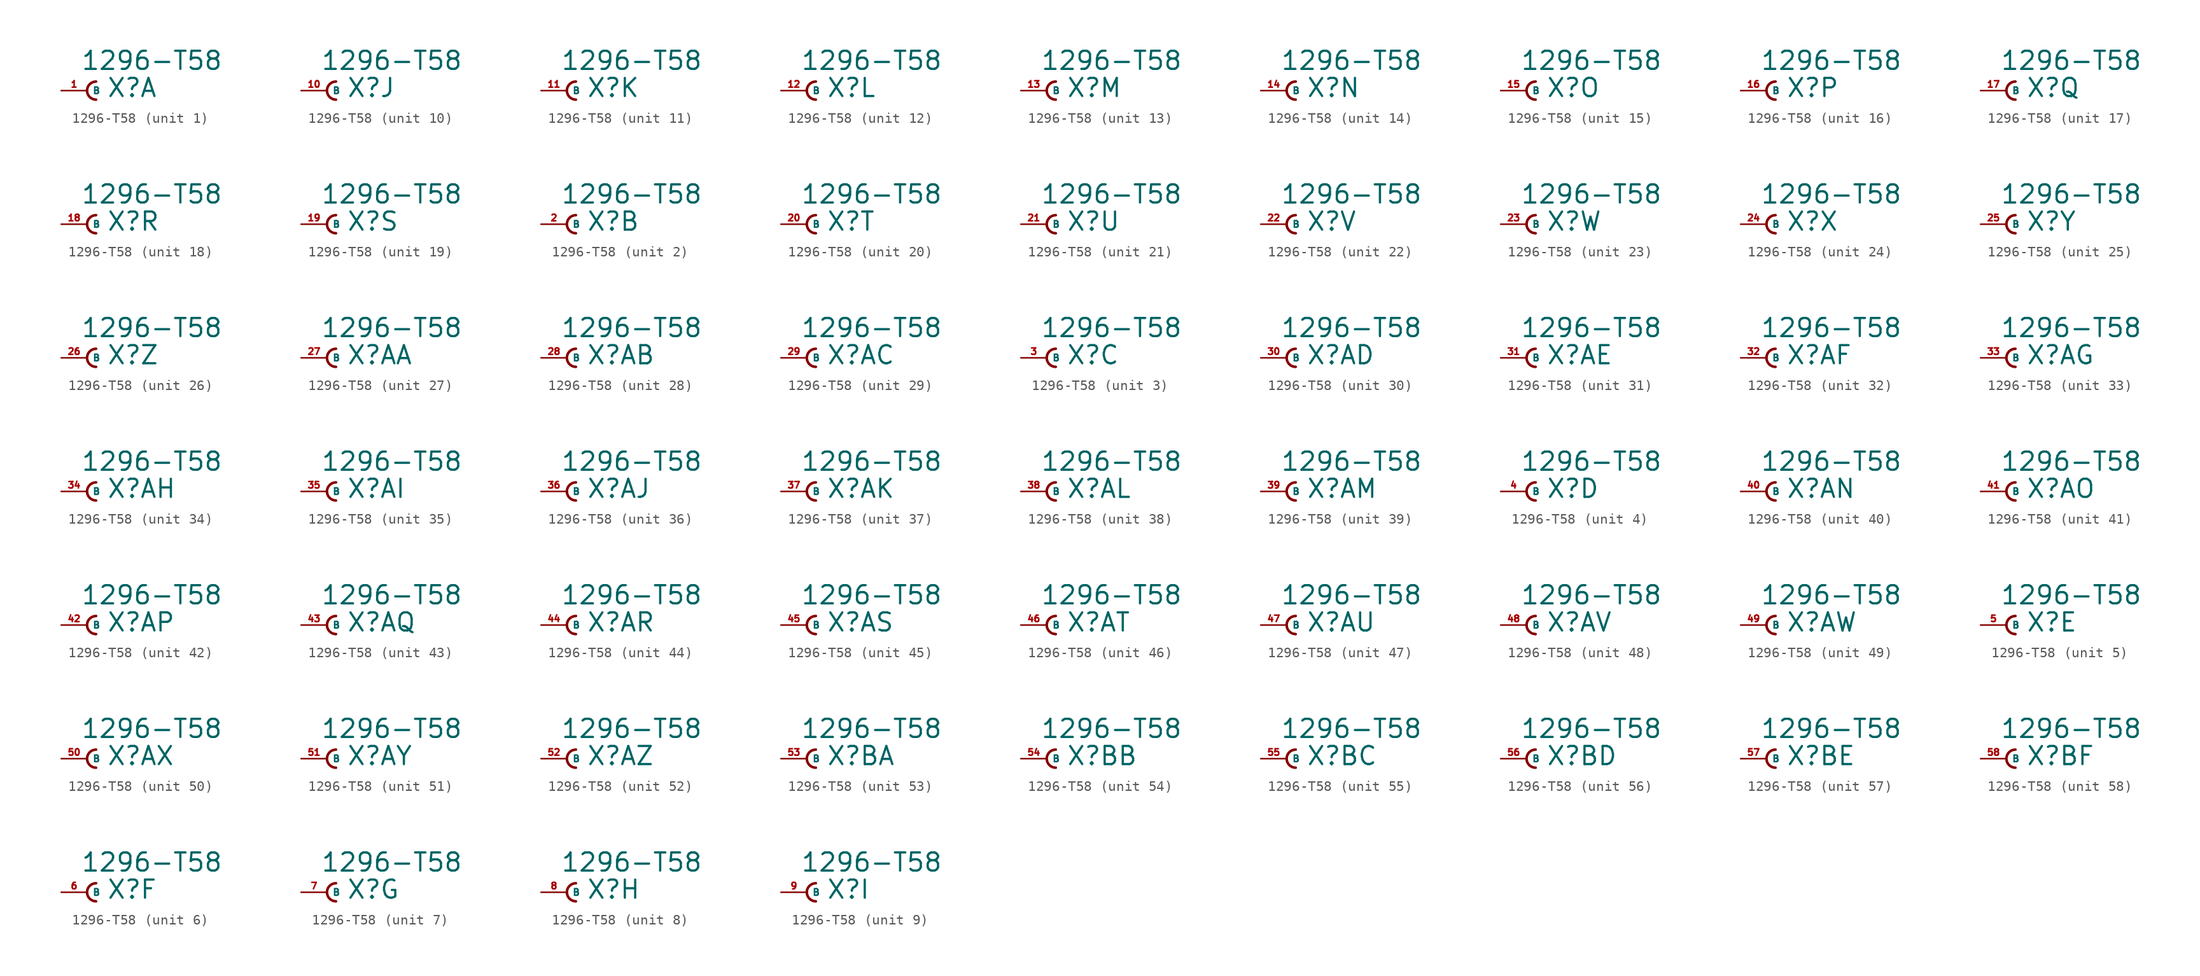
<source format=kicad_sym>
(kicad_symbol_lib
  (version 20220914)
  (generator Eagle2Kicad)
  (symbol "1296-T58"
    (property "Reference" "X"
      (at 1.905 -0.762 0)
      (effects (font (size 1.778 1.778) (thickness 0.22)) (justify left bottom)))
    (property "Value" "1296-T58"
      (at -0.635 1.905 0)
      (effects (font (size 1.778 1.778) (thickness 0.22)) (justify left bottom)))
    (symbol "1296-T58_1_0"
      (arc (start 0.889 0.889) (mid 0.000 0.000) (end 0.889 -0.889) (stroke (width 0.254) (type default)) (fill (type none)))
      (pin passive line (at -2.54 0 0) (length 2.54) (name "B" (effects (font (size 0.635 0.635) (thickness 0.08)) (justify left bottom))) (number "1" (effects (font (size 0.635 0.635) (thickness 0.08)) (justify left bottom)))))
    (symbol "1296-T58_2_0"
      (arc (start 0.889 0.889) (mid 0.000 0.000) (end 0.889 -0.889) (stroke (width 0.254) (type default)) (fill (type none)))
      (pin passive line (at -2.54 0 0) (length 2.54) (name "B" (effects (font (size 0.635 0.635) (thickness 0.08)) (justify left bottom))) (number "2" (effects (font (size 0.635 0.635) (thickness 0.08)) (justify left bottom)))))
    (symbol "1296-T58_3_0"
      (arc (start 0.889 0.889) (mid 0.000 0.000) (end 0.889 -0.889) (stroke (width 0.254) (type default)) (fill (type none)))
      (pin passive line (at -2.54 0 0) (length 2.54) (name "B" (effects (font (size 0.635 0.635) (thickness 0.08)) (justify left bottom))) (number "3" (effects (font (size 0.635 0.635) (thickness 0.08)) (justify left bottom)))))
    (symbol "1296-T58_4_0"
      (arc (start 0.889 0.889) (mid 0.000 0.000) (end 0.889 -0.889) (stroke (width 0.254) (type default)) (fill (type none)))
      (pin passive line (at -2.54 0 0) (length 2.54) (name "B" (effects (font (size 0.635 0.635) (thickness 0.08)) (justify left bottom))) (number "4" (effects (font (size 0.635 0.635) (thickness 0.08)) (justify left bottom)))))
    (symbol "1296-T58_5_0"
      (arc (start 0.889 0.889) (mid 0.000 0.000) (end 0.889 -0.889) (stroke (width 0.254) (type default)) (fill (type none)))
      (pin passive line (at -2.54 0 0) (length 2.54) (name "B" (effects (font (size 0.635 0.635) (thickness 0.08)) (justify left bottom))) (number "5" (effects (font (size 0.635 0.635) (thickness 0.08)) (justify left bottom)))))
    (symbol "1296-T58_6_0"
      (arc (start 0.889 0.889) (mid 0.000 0.000) (end 0.889 -0.889) (stroke (width 0.254) (type default)) (fill (type none)))
      (pin passive line (at -2.54 0 0) (length 2.54) (name "B" (effects (font (size 0.635 0.635) (thickness 0.08)) (justify left bottom))) (number "6" (effects (font (size 0.635 0.635) (thickness 0.08)) (justify left bottom)))))
    (symbol "1296-T58_7_0"
      (arc (start 0.889 0.889) (mid 0.000 0.000) (end 0.889 -0.889) (stroke (width 0.254) (type default)) (fill (type none)))
      (pin passive line (at -2.54 0 0) (length 2.54) (name "B" (effects (font (size 0.635 0.635) (thickness 0.08)) (justify left bottom))) (number "7" (effects (font (size 0.635 0.635) (thickness 0.08)) (justify left bottom)))))
    (symbol "1296-T58_8_0"
      (arc (start 0.889 0.889) (mid 0.000 0.000) (end 0.889 -0.889) (stroke (width 0.254) (type default)) (fill (type none)))
      (pin passive line (at -2.54 0 0) (length 2.54) (name "B" (effects (font (size 0.635 0.635) (thickness 0.08)) (justify left bottom))) (number "8" (effects (font (size 0.635 0.635) (thickness 0.08)) (justify left bottom)))))
    (symbol "1296-T58_9_0"
      (arc (start 0.889 0.889) (mid 0.000 0.000) (end 0.889 -0.889) (stroke (width 0.254) (type default)) (fill (type none)))
      (pin passive line (at -2.54 0 0) (length 2.54) (name "B" (effects (font (size 0.635 0.635) (thickness 0.08)) (justify left bottom))) (number "9" (effects (font (size 0.635 0.635) (thickness 0.08)) (justify left bottom)))))
    (symbol "1296-T58_10_0"
      (arc (start 0.889 0.889) (mid 0.000 0.000) (end 0.889 -0.889) (stroke (width 0.254) (type default)) (fill (type none)))
      (pin passive line (at -2.54 0 0) (length 2.54) (name "B" (effects (font (size 0.635 0.635) (thickness 0.08)) (justify left bottom))) (number "10" (effects (font (size 0.635 0.635) (thickness 0.08)) (justify left bottom)))))
    (symbol "1296-T58_11_0"
      (arc (start 0.889 0.889) (mid 0.000 0.000) (end 0.889 -0.889) (stroke (width 0.254) (type default)) (fill (type none)))
      (pin passive line (at -2.54 0 0) (length 2.54) (name "B" (effects (font (size 0.635 0.635) (thickness 0.08)) (justify left bottom))) (number "11" (effects (font (size 0.635 0.635) (thickness 0.08)) (justify left bottom)))))
    (symbol "1296-T58_12_0"
      (arc (start 0.889 0.889) (mid 0.000 0.000) (end 0.889 -0.889) (stroke (width 0.254) (type default)) (fill (type none)))
      (pin passive line (at -2.54 0 0) (length 2.54) (name "B" (effects (font (size 0.635 0.635) (thickness 0.08)) (justify left bottom))) (number "12" (effects (font (size 0.635 0.635) (thickness 0.08)) (justify left bottom)))))
    (symbol "1296-T58_13_0"
      (arc (start 0.889 0.889) (mid 0.000 0.000) (end 0.889 -0.889) (stroke (width 0.254) (type default)) (fill (type none)))
      (pin passive line (at -2.54 0 0) (length 2.54) (name "B" (effects (font (size 0.635 0.635) (thickness 0.08)) (justify left bottom))) (number "13" (effects (font (size 0.635 0.635) (thickness 0.08)) (justify left bottom)))))
    (symbol "1296-T58_14_0"
      (arc (start 0.889 0.889) (mid 0.000 0.000) (end 0.889 -0.889) (stroke (width 0.254) (type default)) (fill (type none)))
      (pin passive line (at -2.54 0 0) (length 2.54) (name "B" (effects (font (size 0.635 0.635) (thickness 0.08)) (justify left bottom))) (number "14" (effects (font (size 0.635 0.635) (thickness 0.08)) (justify left bottom)))))
    (symbol "1296-T58_15_0"
      (arc (start 0.889 0.889) (mid 0.000 0.000) (end 0.889 -0.889) (stroke (width 0.254) (type default)) (fill (type none)))
      (pin passive line (at -2.54 0 0) (length 2.54) (name "B" (effects (font (size 0.635 0.635) (thickness 0.08)) (justify left bottom))) (number "15" (effects (font (size 0.635 0.635) (thickness 0.08)) (justify left bottom)))))
    (symbol "1296-T58_16_0"
      (arc (start 0.889 0.889) (mid 0.000 0.000) (end 0.889 -0.889) (stroke (width 0.254) (type default)) (fill (type none)))
      (pin passive line (at -2.54 0 0) (length 2.54) (name "B" (effects (font (size 0.635 0.635) (thickness 0.08)) (justify left bottom))) (number "16" (effects (font (size 0.635 0.635) (thickness 0.08)) (justify left bottom)))))
    (symbol "1296-T58_17_0"
      (arc (start 0.889 0.889) (mid 0.000 0.000) (end 0.889 -0.889) (stroke (width 0.254) (type default)) (fill (type none)))
      (pin passive line (at -2.54 0 0) (length 2.54) (name "B" (effects (font (size 0.635 0.635) (thickness 0.08)) (justify left bottom))) (number "17" (effects (font (size 0.635 0.635) (thickness 0.08)) (justify left bottom)))))
    (symbol "1296-T58_18_0"
      (arc (start 0.889 0.889) (mid 0.000 0.000) (end 0.889 -0.889) (stroke (width 0.254) (type default)) (fill (type none)))
      (pin passive line (at -2.54 0 0) (length 2.54) (name "B" (effects (font (size 0.635 0.635) (thickness 0.08)) (justify left bottom))) (number "18" (effects (font (size 0.635 0.635) (thickness 0.08)) (justify left bottom)))))
    (symbol "1296-T58_19_0"
      (arc (start 0.889 0.889) (mid 0.000 0.000) (end 0.889 -0.889) (stroke (width 0.254) (type default)) (fill (type none)))
      (pin passive line (at -2.54 0 0) (length 2.54) (name "B" (effects (font (size 0.635 0.635) (thickness 0.08)) (justify left bottom))) (number "19" (effects (font (size 0.635 0.635) (thickness 0.08)) (justify left bottom)))))
    (symbol "1296-T58_20_0"
      (arc (start 0.889 0.889) (mid 0.000 0.000) (end 0.889 -0.889) (stroke (width 0.254) (type default)) (fill (type none)))
      (pin passive line (at -2.54 0 0) (length 2.54) (name "B" (effects (font (size 0.635 0.635) (thickness 0.08)) (justify left bottom))) (number "20" (effects (font (size 0.635 0.635) (thickness 0.08)) (justify left bottom)))))
    (symbol "1296-T58_21_0"
      (arc (start 0.889 0.889) (mid 0.000 0.000) (end 0.889 -0.889) (stroke (width 0.254) (type default)) (fill (type none)))
      (pin passive line (at -2.54 0 0) (length 2.54) (name "B" (effects (font (size 0.635 0.635) (thickness 0.08)) (justify left bottom))) (number "21" (effects (font (size 0.635 0.635) (thickness 0.08)) (justify left bottom)))))
    (symbol "1296-T58_22_0"
      (arc (start 0.889 0.889) (mid 0.000 0.000) (end 0.889 -0.889) (stroke (width 0.254) (type default)) (fill (type none)))
      (pin passive line (at -2.54 0 0) (length 2.54) (name "B" (effects (font (size 0.635 0.635) (thickness 0.08)) (justify left bottom))) (number "22" (effects (font (size 0.635 0.635) (thickness 0.08)) (justify left bottom)))))
    (symbol "1296-T58_23_0"
      (arc (start 0.889 0.889) (mid 0.000 0.000) (end 0.889 -0.889) (stroke (width 0.254) (type default)) (fill (type none)))
      (pin passive line (at -2.54 0 0) (length 2.54) (name "B" (effects (font (size 0.635 0.635) (thickness 0.08)) (justify left bottom))) (number "23" (effects (font (size 0.635 0.635) (thickness 0.08)) (justify left bottom)))))
    (symbol "1296-T58_24_0"
      (arc (start 0.889 0.889) (mid 0.000 0.000) (end 0.889 -0.889) (stroke (width 0.254) (type default)) (fill (type none)))
      (pin passive line (at -2.54 0 0) (length 2.54) (name "B" (effects (font (size 0.635 0.635) (thickness 0.08)) (justify left bottom))) (number "24" (effects (font (size 0.635 0.635) (thickness 0.08)) (justify left bottom)))))
    (symbol "1296-T58_25_0"
      (arc (start 0.889 0.889) (mid 0.000 0.000) (end 0.889 -0.889) (stroke (width 0.254) (type default)) (fill (type none)))
      (pin passive line (at -2.54 0 0) (length 2.54) (name "B" (effects (font (size 0.635 0.635) (thickness 0.08)) (justify left bottom))) (number "25" (effects (font (size 0.635 0.635) (thickness 0.08)) (justify left bottom)))))
    (symbol "1296-T58_26_0"
      (arc (start 0.889 0.889) (mid 0.000 0.000) (end 0.889 -0.889) (stroke (width 0.254) (type default)) (fill (type none)))
      (pin passive line (at -2.54 0 0) (length 2.54) (name "B" (effects (font (size 0.635 0.635) (thickness 0.08)) (justify left bottom))) (number "26" (effects (font (size 0.635 0.635) (thickness 0.08)) (justify left bottom)))))
    (symbol "1296-T58_27_0"
      (arc (start 0.889 0.889) (mid 0.000 0.000) (end 0.889 -0.889) (stroke (width 0.254) (type default)) (fill (type none)))
      (pin passive line (at -2.54 0 0) (length 2.54) (name "B" (effects (font (size 0.635 0.635) (thickness 0.08)) (justify left bottom))) (number "27" (effects (font (size 0.635 0.635) (thickness 0.08)) (justify left bottom)))))
    (symbol "1296-T58_28_0"
      (arc (start 0.889 0.889) (mid 0.000 0.000) (end 0.889 -0.889) (stroke (width 0.254) (type default)) (fill (type none)))
      (pin passive line (at -2.54 0 0) (length 2.54) (name "B" (effects (font (size 0.635 0.635) (thickness 0.08)) (justify left bottom))) (number "28" (effects (font (size 0.635 0.635) (thickness 0.08)) (justify left bottom)))))
    (symbol "1296-T58_29_0"
      (arc (start 0.889 0.889) (mid 0.000 0.000) (end 0.889 -0.889) (stroke (width 0.254) (type default)) (fill (type none)))
      (pin passive line (at -2.54 0 0) (length 2.54) (name "B" (effects (font (size 0.635 0.635) (thickness 0.08)) (justify left bottom))) (number "29" (effects (font (size 0.635 0.635) (thickness 0.08)) (justify left bottom)))))
    (symbol "1296-T58_30_0"
      (arc (start 0.889 0.889) (mid 0.000 0.000) (end 0.889 -0.889) (stroke (width 0.254) (type default)) (fill (type none)))
      (pin passive line (at -2.54 0 0) (length 2.54) (name "B" (effects (font (size 0.635 0.635) (thickness 0.08)) (justify left bottom))) (number "30" (effects (font (size 0.635 0.635) (thickness 0.08)) (justify left bottom)))))
    (symbol "1296-T58_31_0"
      (arc (start 0.889 0.889) (mid 0.000 0.000) (end 0.889 -0.889) (stroke (width 0.254) (type default)) (fill (type none)))
      (pin passive line (at -2.54 0 0) (length 2.54) (name "B" (effects (font (size 0.635 0.635) (thickness 0.08)) (justify left bottom))) (number "31" (effects (font (size 0.635 0.635) (thickness 0.08)) (justify left bottom)))))
    (symbol "1296-T58_32_0"
      (arc (start 0.889 0.889) (mid 0.000 0.000) (end 0.889 -0.889) (stroke (width 0.254) (type default)) (fill (type none)))
      (pin passive line (at -2.54 0 0) (length 2.54) (name "B" (effects (font (size 0.635 0.635) (thickness 0.08)) (justify left bottom))) (number "32" (effects (font (size 0.635 0.635) (thickness 0.08)) (justify left bottom)))))
    (symbol "1296-T58_33_0"
      (arc (start 0.889 0.889) (mid 0.000 0.000) (end 0.889 -0.889) (stroke (width 0.254) (type default)) (fill (type none)))
      (pin passive line (at -2.54 0 0) (length 2.54) (name "B" (effects (font (size 0.635 0.635) (thickness 0.08)) (justify left bottom))) (number "33" (effects (font (size 0.635 0.635) (thickness 0.08)) (justify left bottom)))))
    (symbol "1296-T58_34_0"
      (arc (start 0.889 0.889) (mid 0.000 0.000) (end 0.889 -0.889) (stroke (width 0.254) (type default)) (fill (type none)))
      (pin passive line (at -2.54 0 0) (length 2.54) (name "B" (effects (font (size 0.635 0.635) (thickness 0.08)) (justify left bottom))) (number "34" (effects (font (size 0.635 0.635) (thickness 0.08)) (justify left bottom)))))
    (symbol "1296-T58_35_0"
      (arc (start 0.889 0.889) (mid 0.000 0.000) (end 0.889 -0.889) (stroke (width 0.254) (type default)) (fill (type none)))
      (pin passive line (at -2.54 0 0) (length 2.54) (name "B" (effects (font (size 0.635 0.635) (thickness 0.08)) (justify left bottom))) (number "35" (effects (font (size 0.635 0.635) (thickness 0.08)) (justify left bottom)))))
    (symbol "1296-T58_36_0"
      (arc (start 0.889 0.889) (mid 0.000 0.000) (end 0.889 -0.889) (stroke (width 0.254) (type default)) (fill (type none)))
      (pin passive line (at -2.54 0 0) (length 2.54) (name "B" (effects (font (size 0.635 0.635) (thickness 0.08)) (justify left bottom))) (number "36" (effects (font (size 0.635 0.635) (thickness 0.08)) (justify left bottom)))))
    (symbol "1296-T58_37_0"
      (arc (start 0.889 0.889) (mid 0.000 0.000) (end 0.889 -0.889) (stroke (width 0.254) (type default)) (fill (type none)))
      (pin passive line (at -2.54 0 0) (length 2.54) (name "B" (effects (font (size 0.635 0.635) (thickness 0.08)) (justify left bottom))) (number "37" (effects (font (size 0.635 0.635) (thickness 0.08)) (justify left bottom)))))
    (symbol "1296-T58_38_0"
      (arc (start 0.889 0.889) (mid 0.000 0.000) (end 0.889 -0.889) (stroke (width 0.254) (type default)) (fill (type none)))
      (pin passive line (at -2.54 0 0) (length 2.54) (name "B" (effects (font (size 0.635 0.635) (thickness 0.08)) (justify left bottom))) (number "38" (effects (font (size 0.635 0.635) (thickness 0.08)) (justify left bottom)))))
    (symbol "1296-T58_39_0"
      (arc (start 0.889 0.889) (mid 0.000 0.000) (end 0.889 -0.889) (stroke (width 0.254) (type default)) (fill (type none)))
      (pin passive line (at -2.54 0 0) (length 2.54) (name "B" (effects (font (size 0.635 0.635) (thickness 0.08)) (justify left bottom))) (number "39" (effects (font (size 0.635 0.635) (thickness 0.08)) (justify left bottom)))))
    (symbol "1296-T58_40_0"
      (arc (start 0.889 0.889) (mid 0.000 0.000) (end 0.889 -0.889) (stroke (width 0.254) (type default)) (fill (type none)))
      (pin passive line (at -2.54 0 0) (length 2.54) (name "B" (effects (font (size 0.635 0.635) (thickness 0.08)) (justify left bottom))) (number "40" (effects (font (size 0.635 0.635) (thickness 0.08)) (justify left bottom)))))
    (symbol "1296-T58_41_0"
      (arc (start 0.889 0.889) (mid 0.000 0.000) (end 0.889 -0.889) (stroke (width 0.254) (type default)) (fill (type none)))
      (pin passive line (at -2.54 0 0) (length 2.54) (name "B" (effects (font (size 0.635 0.635) (thickness 0.08)) (justify left bottom))) (number "41" (effects (font (size 0.635 0.635) (thickness 0.08)) (justify left bottom)))))
    (symbol "1296-T58_42_0"
      (arc (start 0.889 0.889) (mid 0.000 0.000) (end 0.889 -0.889) (stroke (width 0.254) (type default)) (fill (type none)))
      (pin passive line (at -2.54 0 0) (length 2.54) (name "B" (effects (font (size 0.635 0.635) (thickness 0.08)) (justify left bottom))) (number "42" (effects (font (size 0.635 0.635) (thickness 0.08)) (justify left bottom)))))
    (symbol "1296-T58_43_0"
      (arc (start 0.889 0.889) (mid 0.000 0.000) (end 0.889 -0.889) (stroke (width 0.254) (type default)) (fill (type none)))
      (pin passive line (at -2.54 0 0) (length 2.54) (name "B" (effects (font (size 0.635 0.635) (thickness 0.08)) (justify left bottom))) (number "43" (effects (font (size 0.635 0.635) (thickness 0.08)) (justify left bottom)))))
    (symbol "1296-T58_44_0"
      (arc (start 0.889 0.889) (mid 0.000 0.000) (end 0.889 -0.889) (stroke (width 0.254) (type default)) (fill (type none)))
      (pin passive line (at -2.54 0 0) (length 2.54) (name "B" (effects (font (size 0.635 0.635) (thickness 0.08)) (justify left bottom))) (number "44" (effects (font (size 0.635 0.635) (thickness 0.08)) (justify left bottom)))))
    (symbol "1296-T58_45_0"
      (arc (start 0.889 0.889) (mid 0.000 0.000) (end 0.889 -0.889) (stroke (width 0.254) (type default)) (fill (type none)))
      (pin passive line (at -2.54 0 0) (length 2.54) (name "B" (effects (font (size 0.635 0.635) (thickness 0.08)) (justify left bottom))) (number "45" (effects (font (size 0.635 0.635) (thickness 0.08)) (justify left bottom)))))
    (symbol "1296-T58_46_0"
      (arc (start 0.889 0.889) (mid 0.000 0.000) (end 0.889 -0.889) (stroke (width 0.254) (type default)) (fill (type none)))
      (pin passive line (at -2.54 0 0) (length 2.54) (name "B" (effects (font (size 0.635 0.635) (thickness 0.08)) (justify left bottom))) (number "46" (effects (font (size 0.635 0.635) (thickness 0.08)) (justify left bottom)))))
    (symbol "1296-T58_47_0"
      (arc (start 0.889 0.889) (mid 0.000 0.000) (end 0.889 -0.889) (stroke (width 0.254) (type default)) (fill (type none)))
      (pin passive line (at -2.54 0 0) (length 2.54) (name "B" (effects (font (size 0.635 0.635) (thickness 0.08)) (justify left bottom))) (number "47" (effects (font (size 0.635 0.635) (thickness 0.08)) (justify left bottom)))))
    (symbol "1296-T58_48_0"
      (arc (start 0.889 0.889) (mid 0.000 0.000) (end 0.889 -0.889) (stroke (width 0.254) (type default)) (fill (type none)))
      (pin passive line (at -2.54 0 0) (length 2.54) (name "B" (effects (font (size 0.635 0.635) (thickness 0.08)) (justify left bottom))) (number "48" (effects (font (size 0.635 0.635) (thickness 0.08)) (justify left bottom)))))
    (symbol "1296-T58_49_0"
      (arc (start 0.889 0.889) (mid 0.000 0.000) (end 0.889 -0.889) (stroke (width 0.254) (type default)) (fill (type none)))
      (pin passive line (at -2.54 0 0) (length 2.54) (name "B" (effects (font (size 0.635 0.635) (thickness 0.08)) (justify left bottom))) (number "49" (effects (font (size 0.635 0.635) (thickness 0.08)) (justify left bottom)))))
    (symbol "1296-T58_50_0"
      (arc (start 0.889 0.889) (mid 0.000 0.000) (end 0.889 -0.889) (stroke (width 0.254) (type default)) (fill (type none)))
      (pin passive line (at -2.54 0 0) (length 2.54) (name "B" (effects (font (size 0.635 0.635) (thickness 0.08)) (justify left bottom))) (number "50" (effects (font (size 0.635 0.635) (thickness 0.08)) (justify left bottom)))))
    (symbol "1296-T58_51_0"
      (arc (start 0.889 0.889) (mid 0.000 0.000) (end 0.889 -0.889) (stroke (width 0.254) (type default)) (fill (type none)))
      (pin passive line (at -2.54 0 0) (length 2.54) (name "B" (effects (font (size 0.635 0.635) (thickness 0.08)) (justify left bottom))) (number "51" (effects (font (size 0.635 0.635) (thickness 0.08)) (justify left bottom)))))
    (symbol "1296-T58_52_0"
      (arc (start 0.889 0.889) (mid 0.000 0.000) (end 0.889 -0.889) (stroke (width 0.254) (type default)) (fill (type none)))
      (pin passive line (at -2.54 0 0) (length 2.54) (name "B" (effects (font (size 0.635 0.635) (thickness 0.08)) (justify left bottom))) (number "52" (effects (font (size 0.635 0.635) (thickness 0.08)) (justify left bottom)))))
    (symbol "1296-T58_53_0"
      (arc (start 0.889 0.889) (mid 0.000 0.000) (end 0.889 -0.889) (stroke (width 0.254) (type default)) (fill (type none)))
      (pin passive line (at -2.54 0 0) (length 2.54) (name "B" (effects (font (size 0.635 0.635) (thickness 0.08)) (justify left bottom))) (number "53" (effects (font (size 0.635 0.635) (thickness 0.08)) (justify left bottom)))))
    (symbol "1296-T58_54_0"
      (arc (start 0.889 0.889) (mid 0.000 0.000) (end 0.889 -0.889) (stroke (width 0.254) (type default)) (fill (type none)))
      (pin passive line (at -2.54 0 0) (length 2.54) (name "B" (effects (font (size 0.635 0.635) (thickness 0.08)) (justify left bottom))) (number "54" (effects (font (size 0.635 0.635) (thickness 0.08)) (justify left bottom)))))
    (symbol "1296-T58_55_0"
      (arc (start 0.889 0.889) (mid 0.000 0.000) (end 0.889 -0.889) (stroke (width 0.254) (type default)) (fill (type none)))
      (pin passive line (at -2.54 0 0) (length 2.54) (name "B" (effects (font (size 0.635 0.635) (thickness 0.08)) (justify left bottom))) (number "55" (effects (font (size 0.635 0.635) (thickness 0.08)) (justify left bottom)))))
    (symbol "1296-T58_56_0"
      (arc (start 0.889 0.889) (mid 0.000 0.000) (end 0.889 -0.889) (stroke (width 0.254) (type default)) (fill (type none)))
      (pin passive line (at -2.54 0 0) (length 2.54) (name "B" (effects (font (size 0.635 0.635) (thickness 0.08)) (justify left bottom))) (number "56" (effects (font (size 0.635 0.635) (thickness 0.08)) (justify left bottom)))))
    (symbol "1296-T58_57_0"
      (arc (start 0.889 0.889) (mid 0.000 0.000) (end 0.889 -0.889) (stroke (width 0.254) (type default)) (fill (type none)))
      (pin passive line (at -2.54 0 0) (length 2.54) (name "B" (effects (font (size 0.635 0.635) (thickness 0.08)) (justify left bottom))) (number "57" (effects (font (size 0.635 0.635) (thickness 0.08)) (justify left bottom)))))
    (symbol "1296-T58_58_0"
      (arc (start 0.889 0.889) (mid 0.000 0.000) (end 0.889 -0.889) (stroke (width 0.254) (type default)) (fill (type none)))
      (pin passive line (at -2.54 0 0) (length 2.54) (name "B" (effects (font (size 0.635 0.635) (thickness 0.08)) (justify left bottom))) (number "58" (effects (font (size 0.635 0.635) (thickness 0.08)) (justify left bottom)))))))
</source>
